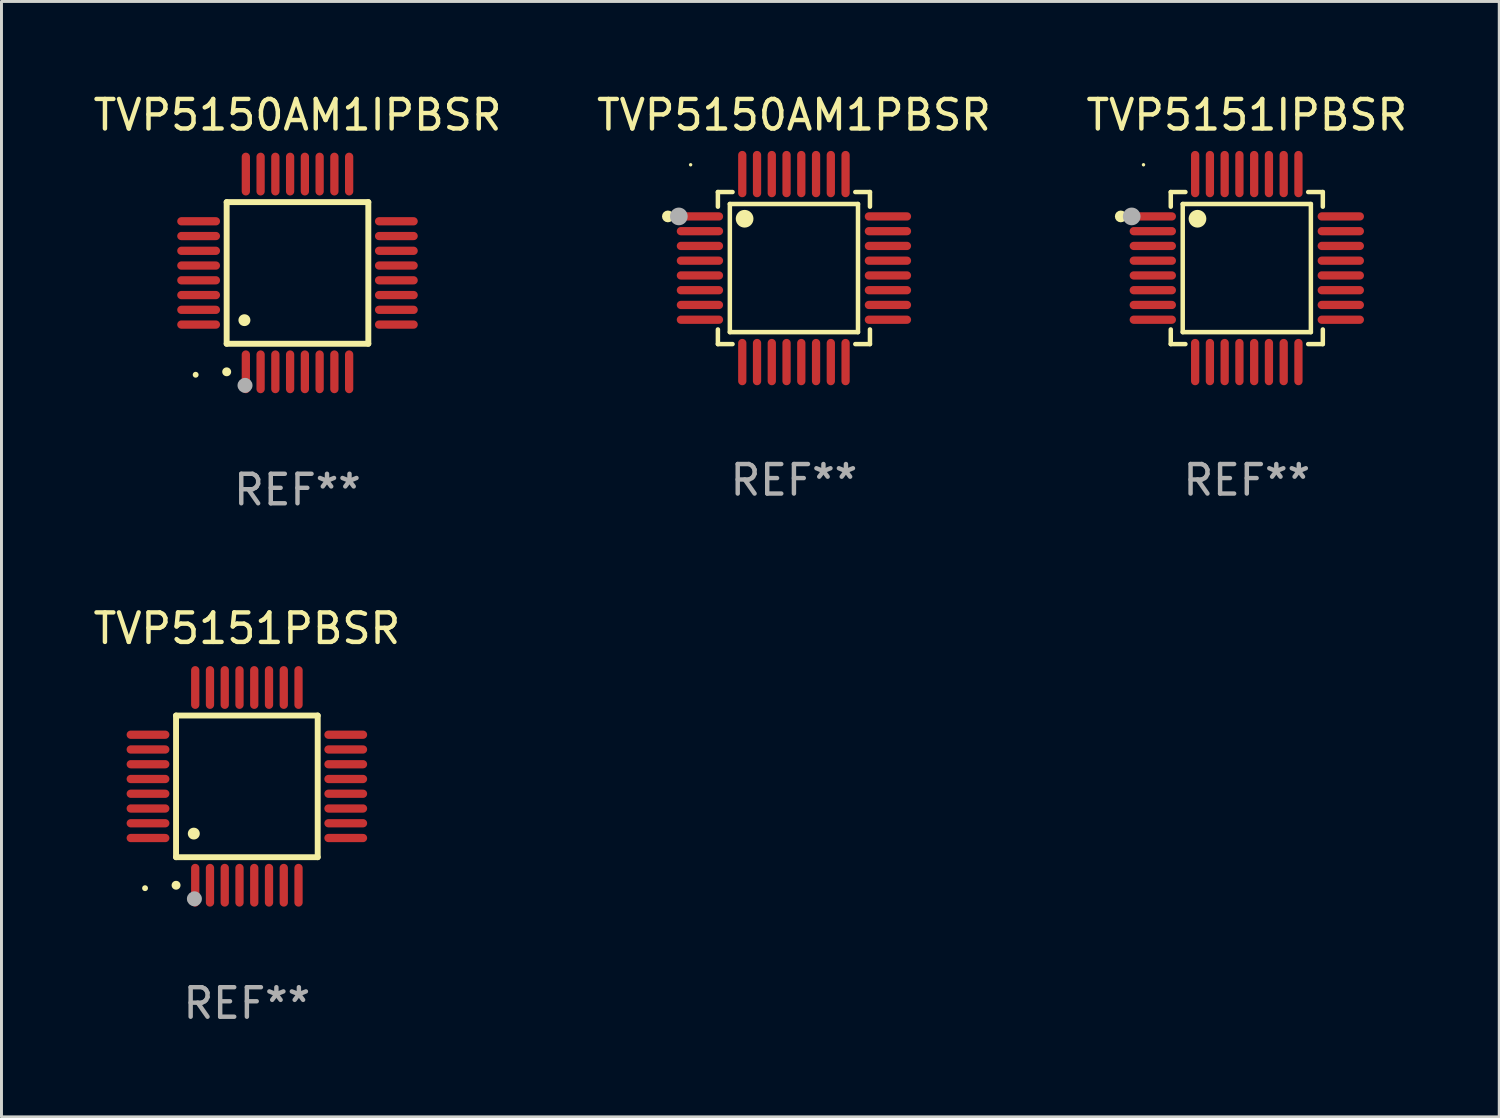
<source format=kicad_pcb>
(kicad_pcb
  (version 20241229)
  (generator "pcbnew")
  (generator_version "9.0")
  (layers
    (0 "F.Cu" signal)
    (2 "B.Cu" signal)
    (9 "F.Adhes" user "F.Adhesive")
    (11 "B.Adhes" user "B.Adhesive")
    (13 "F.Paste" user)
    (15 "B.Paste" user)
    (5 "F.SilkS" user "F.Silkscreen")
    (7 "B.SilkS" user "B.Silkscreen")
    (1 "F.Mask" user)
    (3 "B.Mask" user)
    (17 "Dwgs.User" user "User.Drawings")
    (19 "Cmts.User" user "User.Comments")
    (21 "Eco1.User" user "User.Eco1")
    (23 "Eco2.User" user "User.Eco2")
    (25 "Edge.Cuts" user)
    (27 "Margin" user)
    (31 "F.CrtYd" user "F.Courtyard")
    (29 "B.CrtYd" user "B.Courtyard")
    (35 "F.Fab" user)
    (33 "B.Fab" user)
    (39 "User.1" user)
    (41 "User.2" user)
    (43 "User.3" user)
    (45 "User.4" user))
  (footprint "TVP5151IPBSR"
    (layer "F.Cu")
    (at 39.196 6.033)
    (property "Reference" "TVP5151IPBSR" (at 0 -5.185 0) (layer "F.SilkS") (effects (font (size 1 1) (thickness 0.15))))
    (attr through_hole)
    (fp_line (start -2.576 -2.576) (end -2.576 -2.08) (stroke (width 0.152) (type solid)) (layer "F.SilkS"))
    (fp_line (start -2.576 2.576) (end -2.576 2.08) (stroke (width 0.152) (type solid)) (layer "F.SilkS"))
    (fp_line (start -2.171 -2.171) (end 2.171 -2.171) (stroke (width 0.152) (type solid)) (layer "F.SilkS"))
    (fp_line (start -2.171 2.171) (end -2.171 -2.171) (stroke (width 0.152) (type solid)) (layer "F.SilkS"))
    (fp_line (start -2.08 -2.576) (end -2.576 -2.576) (stroke (width 0.152) (type solid)) (layer "F.SilkS"))
    (fp_line (start -2.08 2.576) (end -2.576 2.576) (stroke (width 0.152) (type solid)) (layer "F.SilkS"))
    (fp_line (start 2.08 -2.576) (end 2.576 -2.576) (stroke (width 0.152) (type solid)) (layer "F.SilkS"))
    (fp_line (start 2.08 2.576) (end 2.576 2.576) (stroke (width 0.152) (type solid)) (layer "F.SilkS"))
    (fp_line (start 2.171 -2.171) (end 2.171 2.171) (stroke (width 0.152) (type solid)) (layer "F.SilkS"))
    (fp_line (start 2.171 2.171) (end -2.171 2.171) (stroke (width 0.152) (type solid)) (layer "F.SilkS"))
    (fp_line (start 2.576 -2.576) (end 2.576 -2.08) (stroke (width 0.152) (type solid)) (layer "F.SilkS"))
    (fp_line (start 2.576 2.576) (end 2.576 2.08) (stroke (width 0.152) (type solid)) (layer "F.SilkS"))
    (fp_circle (center -4.27 -1.75) (end -4.17 -1.75) (stroke (width 0.2) (type solid)) (fill no) (layer "F.SilkS"))
    (fp_circle (center -3.5 -3.5) (end -3.47 -3.5) (stroke (width 0.06) (type solid)) (fill no) (layer "F.SilkS"))
    (fp_circle (center -1.671 -1.671) (end -1.521 -1.671) (stroke (width 0.3) (type solid)) (fill no) (layer "F.SilkS"))
    (fp_circle (center -3.9 -1.75) (end -3.75 -1.75) (stroke (width 0.3) (type solid)) (fill no) (layer "F.Fab"))
    (fp_text user "REF**" (at 0 7.185 0) (layer "F.Fab") (effects (font (size 1 1) (thickness 0.15))))
    (pad "1" smd oval (at -3.185 -1.75 270) (size 0.28 1.57) (layers "F.Cu" "F.Mask" "F.Paste"))
    (pad "2" smd oval (at -3.185 -1.25 270) (size 0.28 1.57) (layers "F.Cu" "F.Mask" "F.Paste"))
    (pad "3" smd oval (at -3.185 -0.75 270) (size 0.28 1.57) (layers "F.Cu" "F.Mask" "F.Paste"))
    (pad "4" smd oval (at -3.185 -0.25 270) (size 0.28 1.57) (layers "F.Cu" "F.Mask" "F.Paste"))
    (pad "5" smd oval (at -3.185 0.25 270) (size 0.28 1.57) (layers "F.Cu" "F.Mask" "F.Paste"))
    (pad "6" smd oval (at -3.185 0.75 270) (size 0.28 1.57) (layers "F.Cu" "F.Mask" "F.Paste"))
    (pad "7" smd oval (at -3.185 1.25 270) (size 0.28 1.57) (layers "F.Cu" "F.Mask" "F.Paste"))
    (pad "8" smd oval (at -3.185 1.75 270) (size 0.28 1.57) (layers "F.Cu" "F.Mask" "F.Paste"))
    (pad "9" smd oval (at -1.75 3.185 270) (size 1.57 0.28) (layers "F.Cu" "F.Mask" "F.Paste"))
    (pad "10" smd oval (at -1.25 3.185 270) (size 1.57 0.28) (layers "F.Cu" "F.Mask" "F.Paste"))
    (pad "11" smd oval (at -0.75 3.185 270) (size 1.57 0.28) (layers "F.Cu" "F.Mask" "F.Paste"))
    (pad "12" smd oval (at -0.25 3.185 270) (size 1.57 0.28) (layers "F.Cu" "F.Mask" "F.Paste"))
    (pad "13" smd oval (at 0.25 3.185 270) (size 1.57 0.28) (layers "F.Cu" "F.Mask" "F.Paste"))
    (pad "14" smd oval (at 0.75 3.185 270) (size 1.57 0.28) (layers "F.Cu" "F.Mask" "F.Paste"))
    (pad "15" smd oval (at 1.25 3.185 270) (size 1.57 0.28) (layers "F.Cu" "F.Mask" "F.Paste"))
    (pad "16" smd oval (at 1.75 3.185 270) (size 1.57 0.28) (layers "F.Cu" "F.Mask" "F.Paste"))
    (pad "17" smd oval (at 3.185 1.75 270) (size 0.28 1.57) (layers "F.Cu" "F.Mask" "F.Paste"))
    (pad "18" smd oval (at 3.185 1.25 270) (size 0.28 1.57) (layers "F.Cu" "F.Mask" "F.Paste"))
    (pad "19" smd oval (at 3.185 0.75 270) (size 0.28 1.57) (layers "F.Cu" "F.Mask" "F.Paste"))
    (pad "20" smd oval (at 3.185 0.25 270) (size 0.28 1.57) (layers "F.Cu" "F.Mask" "F.Paste"))
    (pad "21" smd oval (at 3.185 -0.25 270) (size 0.28 1.57) (layers "F.Cu" "F.Mask" "F.Paste"))
    (pad "22" smd oval (at 3.185 -0.75 270) (size 0.28 1.57) (layers "F.Cu" "F.Mask" "F.Paste"))
    (pad "23" smd oval (at 3.185 -1.25 270) (size 0.28 1.57) (layers "F.Cu" "F.Mask" "F.Paste"))
    (pad "24" smd oval (at 3.185 -1.75 270) (size 0.28 1.57) (layers "F.Cu" "F.Mask" "F.Paste"))
    (pad "25" smd oval (at 1.75 -3.185 270) (size 1.57 0.28) (layers "F.Cu" "F.Mask" "F.Paste"))
    (pad "26" smd oval (at 1.25 -3.185 270) (size 1.57 0.28) (layers "F.Cu" "F.Mask" "F.Paste"))
    (pad "27" smd oval (at 0.75 -3.185 270) (size 1.57 0.28) (layers "F.Cu" "F.Mask" "F.Paste"))
    (pad "28" smd oval (at 0.25 -3.185 270) (size 1.57 0.28) (layers "F.Cu" "F.Mask" "F.Paste"))
    (pad "29" smd oval (at -0.25 -3.185 270) (size 1.57 0.28) (layers "F.Cu" "F.Mask" "F.Paste"))
    (pad "30" smd oval (at -0.75 -3.185 270) (size 1.57 0.28) (layers "F.Cu" "F.Mask" "F.Paste"))
    (pad "31" smd oval (at -1.25 -3.185 270) (size 1.57 0.28) (layers "F.Cu" "F.Mask" "F.Paste"))
    (pad "32" smd oval (at -1.75 -3.185 270) (size 1.57 0.28) (layers "F.Cu" "F.Mask" "F.Paste")))
  (footprint "TVP5150AM1PBSR"
    (layer "F.Cu")
    (at 23.851 6.033)
    (property "Reference" "TVP5150AM1PBSR" (at 0 -5.185 0) (layer "F.SilkS") (effects (font (size 1 1) (thickness 0.15))))
    (attr through_hole)
    (fp_line (start -2.576 -2.576) (end -2.576 -2.08) (stroke (width 0.152) (type solid)) (layer "F.SilkS"))
    (fp_line (start -2.576 2.576) (end -2.576 2.08) (stroke (width 0.152) (type solid)) (layer "F.SilkS"))
    (fp_line (start -2.171 -2.171) (end 2.171 -2.171) (stroke (width 0.152) (type solid)) (layer "F.SilkS"))
    (fp_line (start -2.171 2.171) (end -2.171 -2.171) (stroke (width 0.152) (type solid)) (layer "F.SilkS"))
    (fp_line (start -2.08 -2.576) (end -2.576 -2.576) (stroke (width 0.152) (type solid)) (layer "F.SilkS"))
    (fp_line (start -2.08 2.576) (end -2.576 2.576) (stroke (width 0.152) (type solid)) (layer "F.SilkS"))
    (fp_line (start 2.08 -2.576) (end 2.576 -2.576) (stroke (width 0.152) (type solid)) (layer "F.SilkS"))
    (fp_line (start 2.08 2.576) (end 2.576 2.576) (stroke (width 0.152) (type solid)) (layer "F.SilkS"))
    (fp_line (start 2.171 -2.171) (end 2.171 2.171) (stroke (width 0.152) (type solid)) (layer "F.SilkS"))
    (fp_line (start 2.171 2.171) (end -2.171 2.171) (stroke (width 0.152) (type solid)) (layer "F.SilkS"))
    (fp_line (start 2.576 -2.576) (end 2.576 -2.08) (stroke (width 0.152) (type solid)) (layer "F.SilkS"))
    (fp_line (start 2.576 2.576) (end 2.576 2.08) (stroke (width 0.152) (type solid)) (layer "F.SilkS"))
    (fp_circle (center -4.27 -1.75) (end -4.17 -1.75) (stroke (width 0.2) (type solid)) (fill no) (layer "F.SilkS"))
    (fp_circle (center -3.5 -3.5) (end -3.47 -3.5) (stroke (width 0.06) (type solid)) (fill no) (layer "F.SilkS"))
    (fp_circle (center -1.671 -1.671) (end -1.521 -1.671) (stroke (width 0.3) (type solid)) (fill no) (layer "F.SilkS"))
    (fp_circle (center -3.9 -1.75) (end -3.75 -1.75) (stroke (width 0.3) (type solid)) (fill no) (layer "F.Fab"))
    (fp_text user "REF**" (at 0 7.185 0) (layer "F.Fab") (effects (font (size 1 1) (thickness 0.15))))
    (pad "1" smd oval (at -3.185 -1.75 270) (size 0.28 1.57) (layers "F.Cu" "F.Mask" "F.Paste"))
    (pad "2" smd oval (at -3.185 -1.25 270) (size 0.28 1.57) (layers "F.Cu" "F.Mask" "F.Paste"))
    (pad "3" smd oval (at -3.185 -0.75 270) (size 0.28 1.57) (layers "F.Cu" "F.Mask" "F.Paste"))
    (pad "4" smd oval (at -3.185 -0.25 270) (size 0.28 1.57) (layers "F.Cu" "F.Mask" "F.Paste"))
    (pad "5" smd oval (at -3.185 0.25 270) (size 0.28 1.57) (layers "F.Cu" "F.Mask" "F.Paste"))
    (pad "6" smd oval (at -3.185 0.75 270) (size 0.28 1.57) (layers "F.Cu" "F.Mask" "F.Paste"))
    (pad "7" smd oval (at -3.185 1.25 270) (size 0.28 1.57) (layers "F.Cu" "F.Mask" "F.Paste"))
    (pad "8" smd oval (at -3.185 1.75 270) (size 0.28 1.57) (layers "F.Cu" "F.Mask" "F.Paste"))
    (pad "9" smd oval (at -1.75 3.185 270) (size 1.57 0.28) (layers "F.Cu" "F.Mask" "F.Paste"))
    (pad "10" smd oval (at -1.25 3.185 270) (size 1.57 0.28) (layers "F.Cu" "F.Mask" "F.Paste"))
    (pad "11" smd oval (at -0.75 3.185 270) (size 1.57 0.28) (layers "F.Cu" "F.Mask" "F.Paste"))
    (pad "12" smd oval (at -0.25 3.185 270) (size 1.57 0.28) (layers "F.Cu" "F.Mask" "F.Paste"))
    (pad "13" smd oval (at 0.25 3.185 270) (size 1.57 0.28) (layers "F.Cu" "F.Mask" "F.Paste"))
    (pad "14" smd oval (at 0.75 3.185 270) (size 1.57 0.28) (layers "F.Cu" "F.Mask" "F.Paste"))
    (pad "15" smd oval (at 1.25 3.185 270) (size 1.57 0.28) (layers "F.Cu" "F.Mask" "F.Paste"))
    (pad "16" smd oval (at 1.75 3.185 270) (size 1.57 0.28) (layers "F.Cu" "F.Mask" "F.Paste"))
    (pad "17" smd oval (at 3.185 1.75 270) (size 0.28 1.57) (layers "F.Cu" "F.Mask" "F.Paste"))
    (pad "18" smd oval (at 3.185 1.25 270) (size 0.28 1.57) (layers "F.Cu" "F.Mask" "F.Paste"))
    (pad "19" smd oval (at 3.185 0.75 270) (size 0.28 1.57) (layers "F.Cu" "F.Mask" "F.Paste"))
    (pad "20" smd oval (at 3.185 0.25 270) (size 0.28 1.57) (layers "F.Cu" "F.Mask" "F.Paste"))
    (pad "21" smd oval (at 3.185 -0.25 270) (size 0.28 1.57) (layers "F.Cu" "F.Mask" "F.Paste"))
    (pad "22" smd oval (at 3.185 -0.75 270) (size 0.28 1.57) (layers "F.Cu" "F.Mask" "F.Paste"))
    (pad "23" smd oval (at 3.185 -1.25 270) (size 0.28 1.57) (layers "F.Cu" "F.Mask" "F.Paste"))
    (pad "24" smd oval (at 3.185 -1.75 270) (size 0.28 1.57) (layers "F.Cu" "F.Mask" "F.Paste"))
    (pad "25" smd oval (at 1.75 -3.185 270) (size 1.57 0.28) (layers "F.Cu" "F.Mask" "F.Paste"))
    (pad "26" smd oval (at 1.25 -3.185 270) (size 1.57 0.28) (layers "F.Cu" "F.Mask" "F.Paste"))
    (pad "27" smd oval (at 0.75 -3.185 270) (size 1.57 0.28) (layers "F.Cu" "F.Mask" "F.Paste"))
    (pad "28" smd oval (at 0.25 -3.185 270) (size 1.57 0.28) (layers "F.Cu" "F.Mask" "F.Paste"))
    (pad "29" smd oval (at -0.25 -3.185 270) (size 1.57 0.28) (layers "F.Cu" "F.Mask" "F.Paste"))
    (pad "30" smd oval (at -0.75 -3.185 270) (size 1.57 0.28) (layers "F.Cu" "F.Mask" "F.Paste"))
    (pad "31" smd oval (at -1.25 -3.185 270) (size 1.57 0.28) (layers "F.Cu" "F.Mask" "F.Paste"))
    (pad "32" smd oval (at -1.75 -3.185 270) (size 1.57 0.28) (layers "F.Cu" "F.Mask" "F.Paste")))
  (footprint "TVP5151PBSR"
    (layer "F.Cu")
    (at 5.315 23.595)
    (property "Reference" "TVP5151PBSR" (at 0 -5.35 0) (layer "F.SilkS") (effects (font (size 1 1) (thickness 0.15))))
    (attr through_hole)
    (fp_line (start -2.4 -2.4) (end -2.4 2.4) (stroke (width 0.2) (type solid)) (layer "F.SilkS"))
    (fp_line (start -2.4 2.4) (end 2.4 2.4) (stroke (width 0.2) (type solid)) (layer "F.SilkS"))
    (fp_line (start 2.4 -2.4) (end -2.4 -2.4) (stroke (width 0.2) (type solid)) (layer "F.SilkS"))
    (fp_line (start 2.4 2.4) (end 2.4 -2.4) (stroke (width 0.2) (type solid)) (layer "F.SilkS"))
    (fp_arc (start -2.400305 3.350267) (mid -2.399035 3.350262) (end -2.397765 3.350267) (stroke (width 0.3) (type solid)) (layer "F.SilkS"))
    (fp_arc (start -1.800864 1.600203) (mid -1.798324 1.600187) (end -1.795784 1.600203) (stroke (width 0.4) (type solid)) (layer "F.SilkS"))
    (fp_circle (center -3.45 3.45) (end -3.4 3.45) (stroke (width 0.1) (type solid)) (fill no) (layer "F.SilkS"))
    (fp_circle (center -1.778 3.81) (end -1.651 3.81) (stroke (width 0.254) (type solid)) (fill no) (layer "F.Fab"))
    (fp_text user "REF**" (at 0 7.35 0) (layer "F.Fab") (effects (font (size 1 1) (thickness 0.15))))
    (pad "1" smd oval (at -1.75 3.35) (size 0.28 1.45) (layers "F.Cu" "F.Mask" "F.Paste"))
    (pad "2" smd oval (at -1.25 3.35) (size 0.28 1.45) (layers "F.Cu" "F.Mask" "F.Paste"))
    (pad "3" smd oval (at -0.75 3.35) (size 0.28 1.45) (layers "F.Cu" "F.Mask" "F.Paste"))
    (pad "4" smd oval (at -0.25 3.35) (size 0.28 1.45) (layers "F.Cu" "F.Mask" "F.Paste"))
    (pad "5" smd oval (at 0.25 3.35) (size 0.28 1.45) (layers "F.Cu" "F.Mask" "F.Paste"))
    (pad "6" smd oval (at 0.75 3.35) (size 0.28 1.45) (layers "F.Cu" "F.Mask" "F.Paste"))
    (pad "7" smd oval (at 1.25 3.35) (size 0.28 1.45) (layers "F.Cu" "F.Mask" "F.Paste"))
    (pad "8" smd oval (at 1.75 3.35) (size 0.28 1.45) (layers "F.Cu" "F.Mask" "F.Paste"))
    (pad "9" smd oval (at 3.35 1.75) (size 1.45 0.28) (layers "F.Cu" "F.Mask" "F.Paste"))
    (pad "10" smd oval (at 3.35 1.25) (size 1.45 0.28) (layers "F.Cu" "F.Mask" "F.Paste"))
    (pad "11" smd oval (at 3.35 0.75) (size 1.45 0.28) (layers "F.Cu" "F.Mask" "F.Paste"))
    (pad "12" smd oval (at 3.35 0.25) (size 1.45 0.28) (layers "F.Cu" "F.Mask" "F.Paste"))
    (pad "13" smd oval (at 3.35 -0.25) (size 1.45 0.28) (layers "F.Cu" "F.Mask" "F.Paste"))
    (pad "14" smd oval (at 3.35 -0.75) (size 1.45 0.28) (layers "F.Cu" "F.Mask" "F.Paste"))
    (pad "15" smd oval (at 3.35 -1.25) (size 1.45 0.28) (layers "F.Cu" "F.Mask" "F.Paste"))
    (pad "16" smd oval (at 3.35 -1.75) (size 1.45 0.28) (layers "F.Cu" "F.Mask" "F.Paste"))
    (pad "17" smd oval (at 1.75 -3.35) (size 0.28 1.45) (layers "F.Cu" "F.Mask" "F.Paste"))
    (pad "18" smd oval (at 1.25 -3.35) (size 0.28 1.45) (layers "F.Cu" "F.Mask" "F.Paste"))
    (pad "19" smd oval (at 0.75 -3.35) (size 0.28 1.45) (layers "F.Cu" "F.Mask" "F.Paste"))
    (pad "20" smd oval (at 0.25 -3.35) (size 0.28 1.45) (layers "F.Cu" "F.Mask" "F.Paste"))
    (pad "21" smd oval (at -0.25 -3.35) (size 0.28 1.45) (layers "F.Cu" "F.Mask" "F.Paste"))
    (pad "22" smd oval (at -0.75 -3.35) (size 0.28 1.45) (layers "F.Cu" "F.Mask" "F.Paste"))
    (pad "23" smd oval (at -1.25 -3.35) (size 0.28 1.45) (layers "F.Cu" "F.Mask" "F.Paste"))
    (pad "24" smd oval (at -1.75 -3.35) (size 0.28 1.45) (layers "F.Cu" "F.Mask" "F.Paste"))
    (pad "25" smd oval (at -3.35 -1.75) (size 1.45 0.28) (layers "F.Cu" "F.Mask" "F.Paste"))
    (pad "26" smd oval (at -3.35 -1.25) (size 1.45 0.28) (layers "F.Cu" "F.Mask" "F.Paste"))
    (pad "27" smd oval (at -3.35 -0.75) (size 1.45 0.28) (layers "F.Cu" "F.Mask" "F.Paste"))
    (pad "28" smd oval (at -3.35 -0.25) (size 1.45 0.28) (layers "F.Cu" "F.Mask" "F.Paste"))
    (pad "29" smd oval (at -3.35 0.25) (size 1.45 0.28) (layers "F.Cu" "F.Mask" "F.Paste"))
    (pad "30" smd oval (at -3.35 0.75) (size 1.45 0.28) (layers "F.Cu" "F.Mask" "F.Paste"))
    (pad "31" smd oval (at -3.35 1.25) (size 1.45 0.28) (layers "F.Cu" "F.Mask" "F.Paste"))
    (pad "32" smd oval (at -3.35 1.75) (size 1.45 0.28) (layers "F.Cu" "F.Mask" "F.Paste")))
  (footprint "TVP5150AM1IPBSR"
    (layer "F.Cu")
    (at 7.03 6.198)
    (property "Reference" "TVP5150AM1IPBSR" (at 0 -5.35 0) (layer "F.SilkS") (effects (font (size 1 1) (thickness 0.15))))
    (attr through_hole)
    (fp_line (start -2.4 -2.4) (end -2.4 2.4) (stroke (width 0.2) (type solid)) (layer "F.SilkS"))
    (fp_line (start -2.4 2.4) (end 2.4 2.4) (stroke (width 0.2) (type solid)) (layer "F.SilkS"))
    (fp_line (start 2.4 -2.4) (end -2.4 -2.4) (stroke (width 0.2) (type solid)) (layer "F.SilkS"))
    (fp_line (start 2.4 2.4) (end 2.4 -2.4) (stroke (width 0.2) (type solid)) (layer "F.SilkS"))
    (fp_arc (start -2.400305 3.350267) (mid -2.399035 3.350262) (end -2.397765 3.350267) (stroke (width 0.3) (type solid)) (layer "F.SilkS"))
    (fp_arc (start -1.800864 1.600203) (mid -1.798324 1.600187) (end -1.795784 1.600203) (stroke (width 0.4) (type solid)) (layer "F.SilkS"))
    (fp_circle (center -3.45 3.45) (end -3.4 3.45) (stroke (width 0.1) (type solid)) (fill no) (layer "F.SilkS"))
    (fp_circle (center -1.778 3.81) (end -1.651 3.81) (stroke (width 0.254) (type solid)) (fill no) (layer "F.Fab"))
    (fp_text user "REF**" (at 0 7.35 0) (layer "F.Fab") (effects (font (size 1 1) (thickness 0.15))))
    (pad "1" smd oval (at -1.75 3.35) (size 0.28 1.45) (layers "F.Cu" "F.Mask" "F.Paste"))
    (pad "2" smd oval (at -1.25 3.35) (size 0.28 1.45) (layers "F.Cu" "F.Mask" "F.Paste"))
    (pad "3" smd oval (at -0.75 3.35) (size 0.28 1.45) (layers "F.Cu" "F.Mask" "F.Paste"))
    (pad "4" smd oval (at -0.25 3.35) (size 0.28 1.45) (layers "F.Cu" "F.Mask" "F.Paste"))
    (pad "5" smd oval (at 0.25 3.35) (size 0.28 1.45) (layers "F.Cu" "F.Mask" "F.Paste"))
    (pad "6" smd oval (at 0.75 3.35) (size 0.28 1.45) (layers "F.Cu" "F.Mask" "F.Paste"))
    (pad "7" smd oval (at 1.25 3.35) (size 0.28 1.45) (layers "F.Cu" "F.Mask" "F.Paste"))
    (pad "8" smd oval (at 1.75 3.35) (size 0.28 1.45) (layers "F.Cu" "F.Mask" "F.Paste"))
    (pad "9" smd oval (at 3.35 1.75) (size 1.45 0.28) (layers "F.Cu" "F.Mask" "F.Paste"))
    (pad "10" smd oval (at 3.35 1.25) (size 1.45 0.28) (layers "F.Cu" "F.Mask" "F.Paste"))
    (pad "11" smd oval (at 3.35 0.75) (size 1.45 0.28) (layers "F.Cu" "F.Mask" "F.Paste"))
    (pad "12" smd oval (at 3.35 0.25) (size 1.45 0.28) (layers "F.Cu" "F.Mask" "F.Paste"))
    (pad "13" smd oval (at 3.35 -0.25) (size 1.45 0.28) (layers "F.Cu" "F.Mask" "F.Paste"))
    (pad "14" smd oval (at 3.35 -0.75) (size 1.45 0.28) (layers "F.Cu" "F.Mask" "F.Paste"))
    (pad "15" smd oval (at 3.35 -1.25) (size 1.45 0.28) (layers "F.Cu" "F.Mask" "F.Paste"))
    (pad "16" smd oval (at 3.35 -1.75) (size 1.45 0.28) (layers "F.Cu" "F.Mask" "F.Paste"))
    (pad "17" smd oval (at 1.75 -3.35) (size 0.28 1.45) (layers "F.Cu" "F.Mask" "F.Paste"))
    (pad "18" smd oval (at 1.25 -3.35) (size 0.28 1.45) (layers "F.Cu" "F.Mask" "F.Paste"))
    (pad "19" smd oval (at 0.75 -3.35) (size 0.28 1.45) (layers "F.Cu" "F.Mask" "F.Paste"))
    (pad "20" smd oval (at 0.25 -3.35) (size 0.28 1.45) (layers "F.Cu" "F.Mask" "F.Paste"))
    (pad "21" smd oval (at -0.25 -3.35) (size 0.28 1.45) (layers "F.Cu" "F.Mask" "F.Paste"))
    (pad "22" smd oval (at -0.75 -3.35) (size 0.28 1.45) (layers "F.Cu" "F.Mask" "F.Paste"))
    (pad "23" smd oval (at -1.25 -3.35) (size 0.28 1.45) (layers "F.Cu" "F.Mask" "F.Paste"))
    (pad "24" smd oval (at -1.75 -3.35) (size 0.28 1.45) (layers "F.Cu" "F.Mask" "F.Paste"))
    (pad "25" smd oval (at -3.35 -1.75) (size 1.45 0.28) (layers "F.Cu" "F.Mask" "F.Paste"))
    (pad "26" smd oval (at -3.35 -1.25) (size 1.45 0.28) (layers "F.Cu" "F.Mask" "F.Paste"))
    (pad "27" smd oval (at -3.35 -0.75) (size 1.45 0.28) (layers "F.Cu" "F.Mask" "F.Paste"))
    (pad "28" smd oval (at -3.35 -0.25) (size 1.45 0.28) (layers "F.Cu" "F.Mask" "F.Paste"))
    (pad "29" smd oval (at -3.35 0.25) (size 1.45 0.28) (layers "F.Cu" "F.Mask" "F.Paste"))
    (pad "30" smd oval (at -3.35 0.75) (size 1.45 0.28) (layers "F.Cu" "F.Mask" "F.Paste"))
    (pad "31" smd oval (at -3.35 1.25) (size 1.45 0.28) (layers "F.Cu" "F.Mask" "F.Paste"))
    (pad "32" smd oval (at -3.35 1.75) (size 1.45 0.28) (layers "F.Cu" "F.Mask" "F.Paste")))
  (gr_rect
    (start -3 -3)
    (end 47.75 34.793)
    (stroke (width 0.1) (type default))
    (fill no)
    (layer "Edge.Cuts")))
</source>
